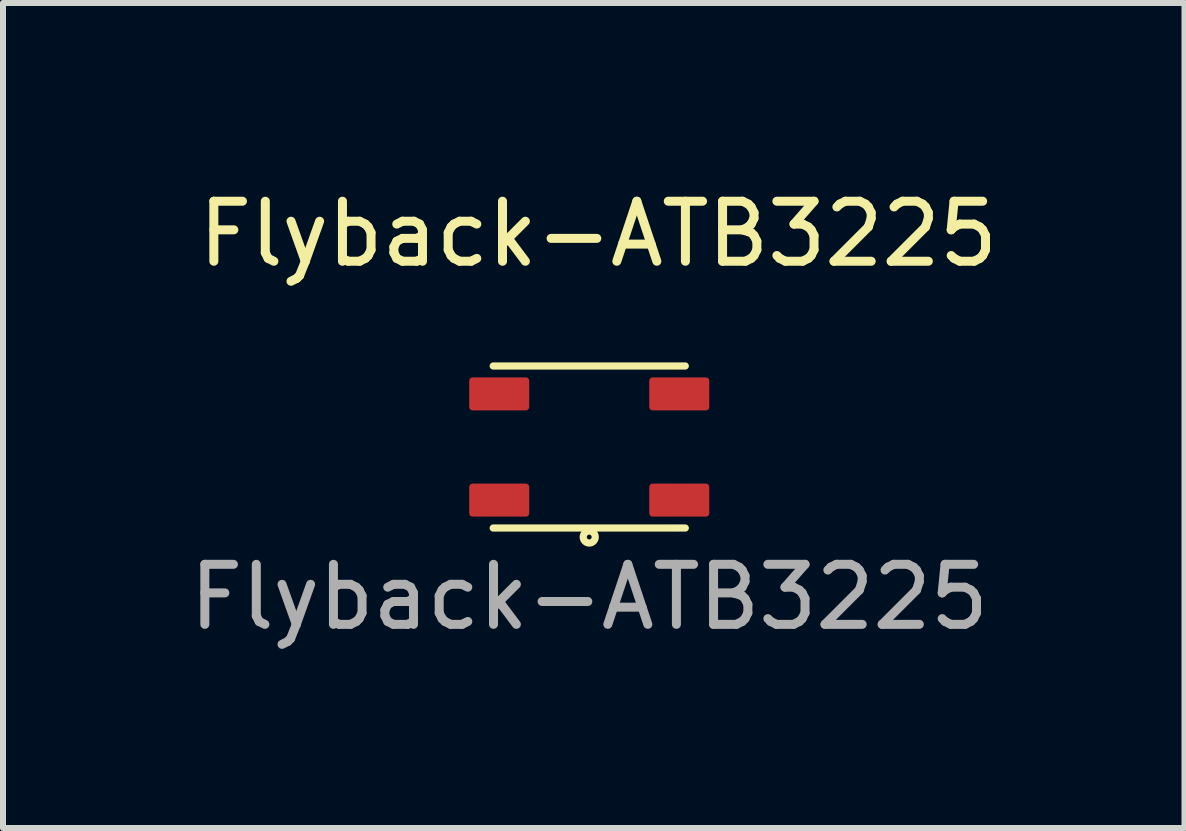
<source format=kicad_pcb>
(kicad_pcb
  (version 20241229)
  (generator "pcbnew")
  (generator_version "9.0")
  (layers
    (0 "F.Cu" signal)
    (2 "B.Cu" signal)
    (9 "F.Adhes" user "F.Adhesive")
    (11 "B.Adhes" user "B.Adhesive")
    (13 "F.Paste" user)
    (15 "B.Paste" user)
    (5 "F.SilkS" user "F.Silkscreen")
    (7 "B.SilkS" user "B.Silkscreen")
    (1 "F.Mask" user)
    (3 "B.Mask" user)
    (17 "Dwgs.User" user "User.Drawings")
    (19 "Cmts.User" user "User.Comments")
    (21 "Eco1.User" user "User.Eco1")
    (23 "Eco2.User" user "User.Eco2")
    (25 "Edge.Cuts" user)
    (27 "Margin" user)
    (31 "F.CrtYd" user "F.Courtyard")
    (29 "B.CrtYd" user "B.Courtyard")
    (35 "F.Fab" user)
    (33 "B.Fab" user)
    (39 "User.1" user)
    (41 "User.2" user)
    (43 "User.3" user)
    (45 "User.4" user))
  (footprint "Flyback-ATB3225"
    (layer "F.Cu")
    (at 6.768 4.398)
    (property "Reference" "Flyback-ATB3225" (at 0.15 -3.55 0) (unlocked yes) (layer "F.SilkS") (effects (font (size 1 1) (thickness 0.15))))
    (attr smd)
    (fp_line (start -1.6 -1.35) (end 1.6 -1.35) (stroke (width 0.12) (type solid)) (layer "F.SilkS"))
    (fp_line (start -1.6 1.35) (end 1.6 1.35) (stroke (width 0.12) (type solid)) (layer "F.SilkS"))
    (fp_circle (center 0 1.5) (end 0.1 1.5) (stroke (width 0.12) (type solid)) (fill no) (layer "F.SilkS"))
    (fp_text user "${REFERENCE}" (at 0 2.5 0) (unlocked yes) (layer "F.Fab") (effects (font (size 1 1) (thickness 0.15))))
    (pad "1" smd roundrect (at -1.5 0.885) (size 1 0.55) (layers "F.Cu" "F.Mask" "F.Paste") (roundrect_rratio 0.1))
    (pad "2" smd roundrect (at -1.5 -0.885) (size 1 0.55) (layers "F.Cu" "F.Mask" "F.Paste") (roundrect_rratio 0.1))
    (pad "3" smd roundrect (at 1.5 -0.885) (size 1 0.55) (layers "F.Cu" "F.Mask" "F.Paste") (roundrect_rratio 0.1))
    (pad "4" smd roundrect (at 1.5 0.885) (size 1 0.55) (layers "F.Cu" "F.Mask" "F.Paste") (roundrect_rratio 0.1)))
  (gr_rect
    (start -3 -3)
    (end 16.686 10.746)
    (stroke (width 0.1) (type default))
    (fill no)
    (layer "Edge.Cuts")))
</source>
